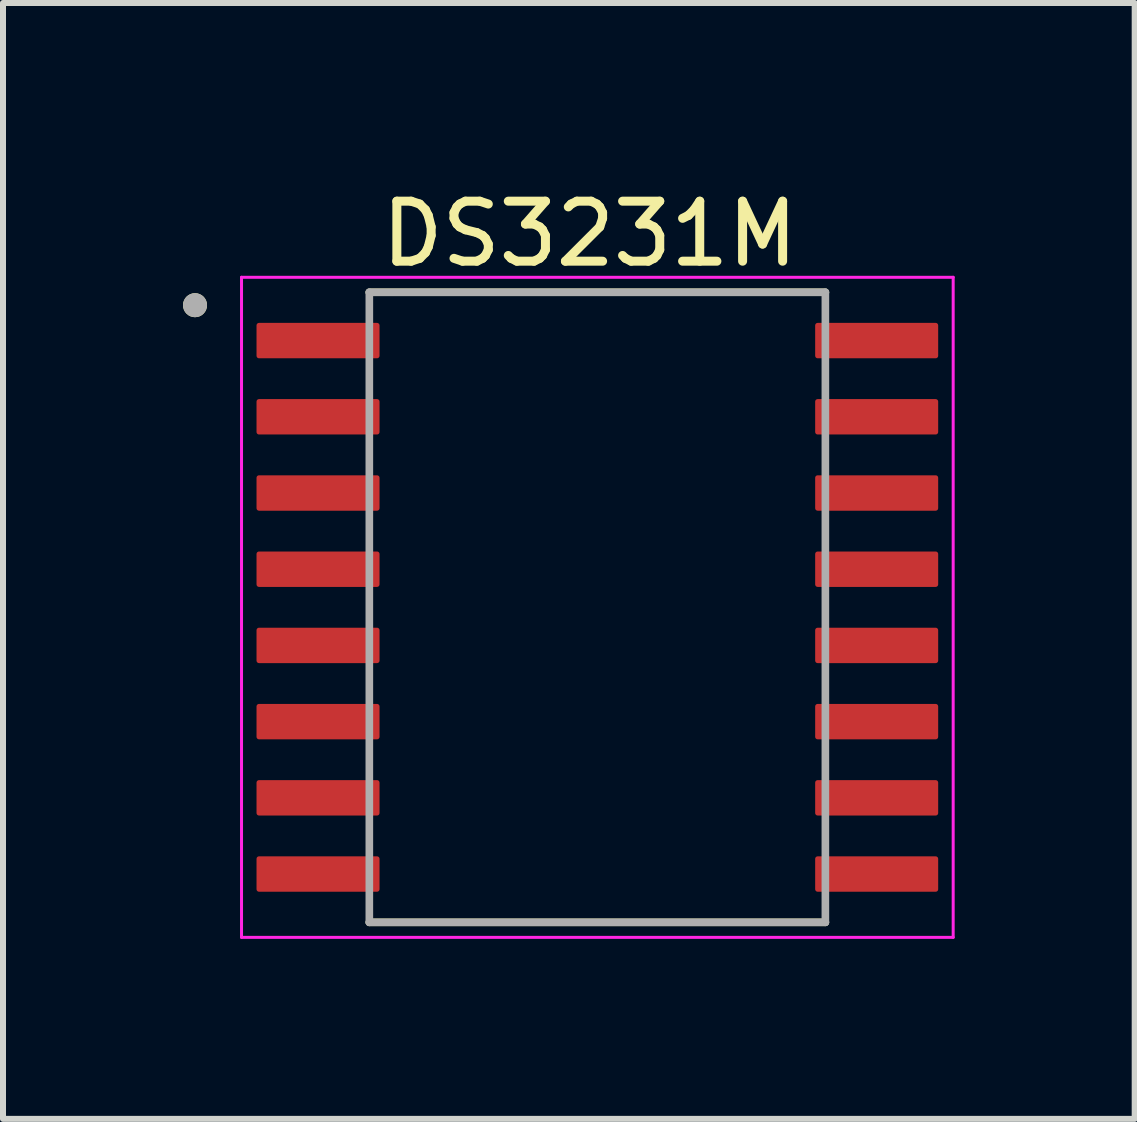
<source format=kicad_pcb>
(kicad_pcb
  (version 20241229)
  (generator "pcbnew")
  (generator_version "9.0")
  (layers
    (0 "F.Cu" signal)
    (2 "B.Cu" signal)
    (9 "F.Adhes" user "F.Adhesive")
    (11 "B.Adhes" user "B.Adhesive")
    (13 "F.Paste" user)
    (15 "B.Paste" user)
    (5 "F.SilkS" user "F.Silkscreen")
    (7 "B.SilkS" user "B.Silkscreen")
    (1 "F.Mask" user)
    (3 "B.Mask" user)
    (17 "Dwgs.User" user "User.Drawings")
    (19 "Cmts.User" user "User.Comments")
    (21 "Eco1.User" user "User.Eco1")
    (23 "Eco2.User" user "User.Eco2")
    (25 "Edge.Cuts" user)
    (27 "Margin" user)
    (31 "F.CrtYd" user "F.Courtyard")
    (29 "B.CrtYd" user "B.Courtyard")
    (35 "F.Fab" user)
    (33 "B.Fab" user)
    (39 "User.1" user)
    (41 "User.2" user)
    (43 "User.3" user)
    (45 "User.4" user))
  (footprint "DS3231M"
    (layer "F.Cu")
    (at 6.905 7.071)
    (property "Reference" "DS3231M" (at -0.127 -6.223 0) (layer "F.SilkS") (effects (font (size 1 1) (thickness 0.15))))
    (attr through_hole)
    (fp_line (start -3.8 -5.25) (end 3.8 -5.25) (stroke (width 0.127) (type solid)) (layer "F.SilkS"))
    (fp_line (start -3.8 5.25) (end 3.8 5.25) (stroke (width 0.127) (type solid)) (layer "F.SilkS"))
    (fp_circle (center -6.705 -5.035) (end -6.605 -5.035) (stroke (width 0.2) (type solid)) (fill no) (layer "F.SilkS"))
    (fp_line (start -5.93 -5.5) (end -5.93 5.5) (stroke (width 0.05) (type solid)) (layer "F.CrtYd"))
    (fp_line (start -5.93 -5.5) (end 5.93 -5.5) (stroke (width 0.05) (type solid)) (layer "F.CrtYd"))
    (fp_line (start -5.93 5.5) (end 5.93 5.5) (stroke (width 0.05) (type solid)) (layer "F.CrtYd"))
    (fp_line (start 5.93 -5.5) (end 5.93 5.5) (stroke (width 0.05) (type solid)) (layer "F.CrtYd"))
    (fp_line (start -3.8 -5.25) (end -3.8 5.25) (stroke (width 0.127) (type solid)) (layer "F.Fab"))
    (fp_line (start -3.8 -5.25) (end 3.8 -5.25) (stroke (width 0.127) (type solid)) (layer "F.Fab"))
    (fp_line (start -3.8 5.25) (end 3.8 5.25) (stroke (width 0.127) (type solid)) (layer "F.Fab"))
    (fp_line (start 3.8 -5.25) (end 3.8 5.25) (stroke (width 0.127) (type solid)) (layer "F.Fab"))
    (fp_circle (center -6.705 -5.035) (end -6.605 -5.035) (stroke (width 0.2) (type solid)) (fill no) (layer "F.Fab"))
    (pad "1" smd roundrect (at -4.655 -4.445) (size 2.05 0.59) (layers "F.Cu" "F.Mask" "F.Paste") (roundrect_rratio 0.07))
    (pad "2" smd roundrect (at -4.655 -3.175) (size 2.05 0.59) (layers "F.Cu" "F.Mask" "F.Paste") (roundrect_rratio 0.07))
    (pad "3" smd roundrect (at -4.655 -1.905) (size 2.05 0.59) (layers "F.Cu" "F.Mask" "F.Paste") (roundrect_rratio 0.07))
    (pad "4" smd roundrect (at -4.655 -0.635) (size 2.05 0.59) (layers "F.Cu" "F.Mask" "F.Paste") (roundrect_rratio 0.07))
    (pad "5" smd roundrect (at -4.655 0.635) (size 2.05 0.59) (layers "F.Cu" "F.Mask" "F.Paste") (roundrect_rratio 0.07))
    (pad "6" smd roundrect (at -4.655 1.905) (size 2.05 0.59) (layers "F.Cu" "F.Mask" "F.Paste") (roundrect_rratio 0.07))
    (pad "7" smd roundrect (at -4.655 3.175) (size 2.05 0.59) (layers "F.Cu" "F.Mask" "F.Paste") (roundrect_rratio 0.07))
    (pad "8" smd roundrect (at -4.655 4.445) (size 2.05 0.59) (layers "F.Cu" "F.Mask" "F.Paste") (roundrect_rratio 0.07))
    (pad "9" smd roundrect (at 4.655 4.445) (size 2.05 0.59) (layers "F.Cu" "F.Mask" "F.Paste") (roundrect_rratio 0.07))
    (pad "10" smd roundrect (at 4.655 3.175) (size 2.05 0.59) (layers "F.Cu" "F.Mask" "F.Paste") (roundrect_rratio 0.07))
    (pad "11" smd roundrect (at 4.655 1.905) (size 2.05 0.59) (layers "F.Cu" "F.Mask" "F.Paste") (roundrect_rratio 0.07))
    (pad "12" smd roundrect (at 4.655 0.635) (size 2.05 0.59) (layers "F.Cu" "F.Mask" "F.Paste") (roundrect_rratio 0.07))
    (pad "13" smd roundrect (at 4.655 -0.635) (size 2.05 0.59) (layers "F.Cu" "F.Mask" "F.Paste") (roundrect_rratio 0.07))
    (pad "14" smd roundrect (at 4.655 -1.905) (size 2.05 0.59) (layers "F.Cu" "F.Mask" "F.Paste") (roundrect_rratio 0.07))
    (pad "15" smd roundrect (at 4.655 -3.175) (size 2.05 0.59) (layers "F.Cu" "F.Mask" "F.Paste") (roundrect_rratio 0.07))
    (pad "16" smd roundrect (at 4.655 -4.445) (size 2.05 0.59) (layers "F.Cu" "F.Mask" "F.Paste") (roundrect_rratio 0.07)))
  (gr_rect
    (start -3 -3)
    (end 15.86 15.596)
    (stroke (width 0.1) (type default))
    (fill no)
    (layer "Edge.Cuts")))
</source>
